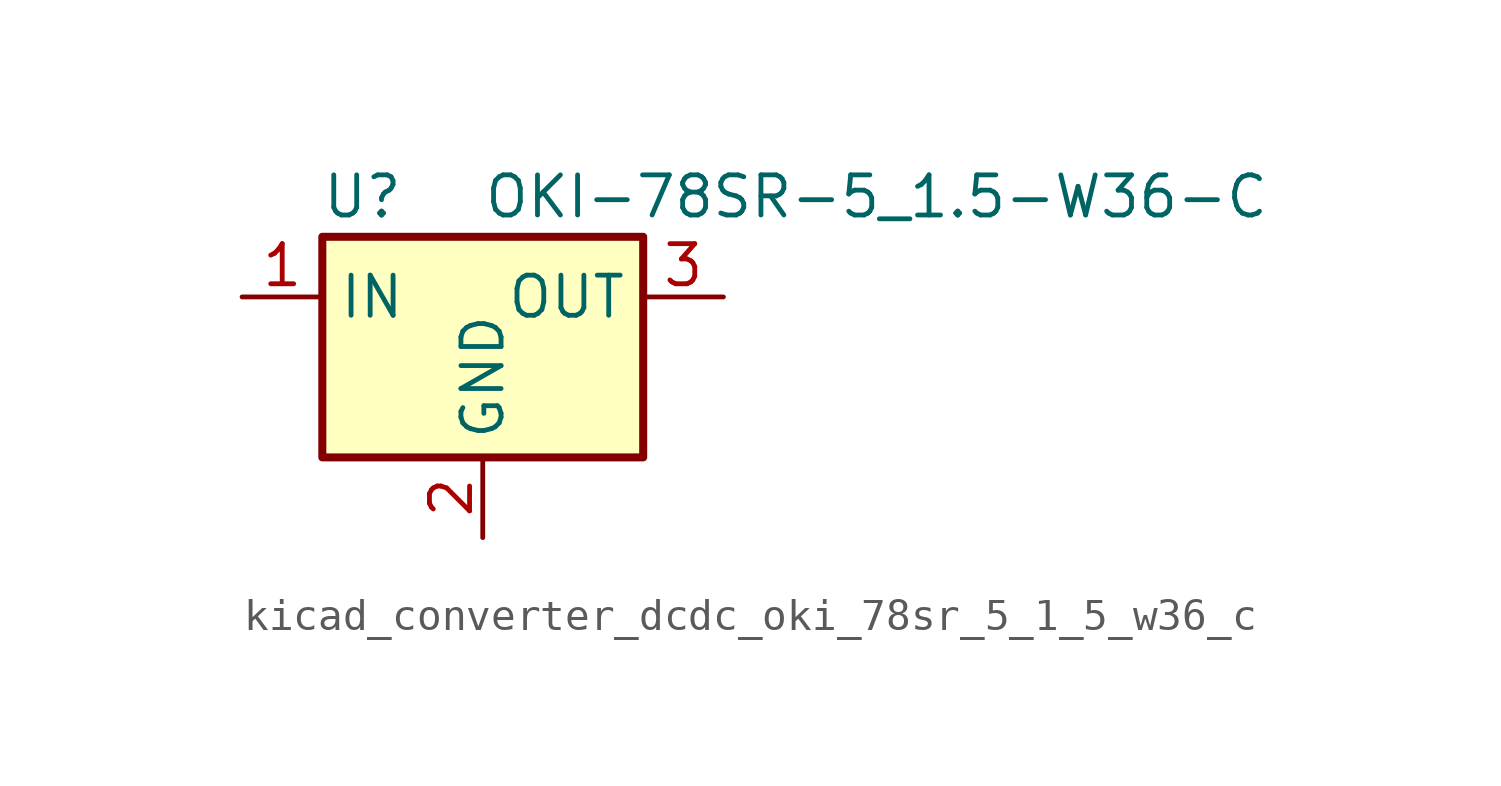
<source format=kicad_sym>
(kicad_symbol_lib
  (version 20220914)
  (generator kicad_symbol_editor)
  (symbol "kicad_converter_dcdc_oki_78sr_5_1_5_w36_c"
    (property "Reference" "U"
      (at -3.81 3.175 0)
      (effects (font (size 1.27 1.27))))
    (property "Value" "OKI-78SR-5_1.5-W36-C"
      (at 0 3.175 0)
      (effects (font (size 1.27 1.27)) (justify left)))
    (symbol "kicad_converter_dcdc_oki_78sr_5_1_5_w36_c_0_1"
      (rectangle (start -5.08 1.905) (end 5.08 -5.08) (stroke (width 0.254) (type default)) (fill (type background))))
    (symbol "kicad_converter_dcdc_oki_78sr_5_1_5_w36_c_1_1"
      (pin power_in line (at -7.62 0 0) (length 2.54) (name "IN" (effects (font (size 1.27 1.27)))) (number "1" (effects (font (size 1.27 1.27)))))
      (pin power_in line (at 0 -7.62 90) (length 2.54) (name "GND" (effects (font (size 1.27 1.27)))) (number "2" (effects (font (size 1.27 1.27)))))
      (pin power_out line (at 7.62 0 180) (length 2.54) (name "OUT" (effects (font (size 1.27 1.27)))) (number "3" (effects (font (size 1.27 1.27))))))))
</source>
